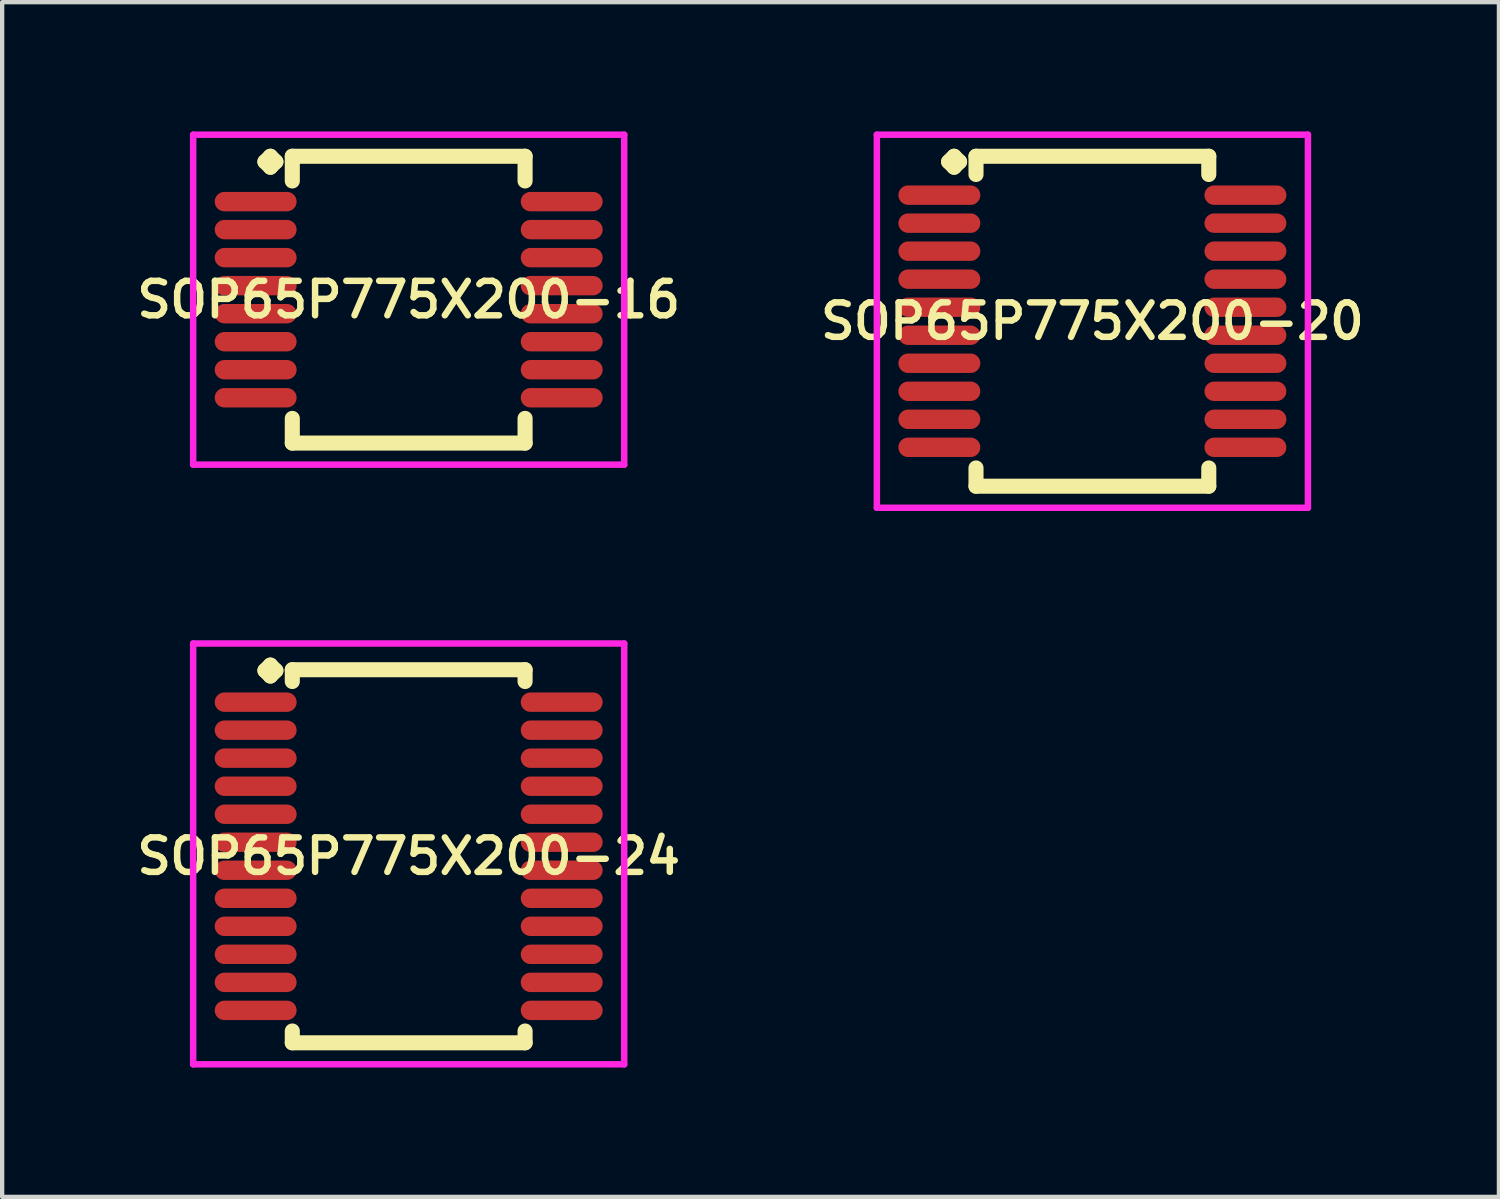
<source format=kicad_pcb>
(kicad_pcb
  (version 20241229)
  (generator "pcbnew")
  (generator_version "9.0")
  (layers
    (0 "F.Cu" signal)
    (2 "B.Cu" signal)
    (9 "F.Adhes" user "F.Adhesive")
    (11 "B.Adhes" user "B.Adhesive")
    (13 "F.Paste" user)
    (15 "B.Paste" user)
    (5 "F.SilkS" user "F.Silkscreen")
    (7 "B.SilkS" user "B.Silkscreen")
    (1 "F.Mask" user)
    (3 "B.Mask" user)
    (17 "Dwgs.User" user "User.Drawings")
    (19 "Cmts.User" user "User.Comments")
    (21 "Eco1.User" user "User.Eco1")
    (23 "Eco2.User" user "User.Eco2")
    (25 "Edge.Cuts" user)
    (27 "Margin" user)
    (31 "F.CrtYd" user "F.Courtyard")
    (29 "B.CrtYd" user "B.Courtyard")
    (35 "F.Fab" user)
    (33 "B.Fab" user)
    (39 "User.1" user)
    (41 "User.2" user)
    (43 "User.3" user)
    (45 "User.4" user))
  (footprint "SOP65P775X200-20"
    (layer "F.Cu")
    (at 22.292 4.402)
    (property "Reference" "SOP65P775X200-20" (at 0 0 0) (layer "F.SilkS") (effects (font (size 0.8 0.8) (thickness 0.15))))
    (attr smd)
    (fp_line (start -3.335 -3.7) (end -3.208 -3.827) (stroke (width 0.35) (type solid)) (layer "F.SilkS"))
    (fp_line (start -3.208 -3.827) (end -3.081 -3.7) (stroke (width 0.35) (type solid)) (layer "F.SilkS"))
    (fp_line (start -3.208 -3.573) (end -3.335 -3.7) (stroke (width 0.35) (type solid)) (layer "F.SilkS"))
    (fp_line (start -3.081 -3.7) (end -3.208 -3.573) (stroke (width 0.35) (type solid)) (layer "F.SilkS"))
    (fp_line (start -2.7 -3.827) (end 2.7 -3.827) (stroke (width 0.35) (type solid)) (layer "F.SilkS"))
    (fp_line (start -2.7 -3.404) (end -2.7 -3.827) (stroke (width 0.35) (type solid)) (layer "F.SilkS"))
    (fp_line (start -2.7 3.404) (end -2.7 3.827) (stroke (width 0.35) (type solid)) (layer "F.SilkS"))
    (fp_line (start -2.7 3.827) (end 2.7 3.827) (stroke (width 0.35) (type solid)) (layer "F.SilkS"))
    (fp_line (start 2.7 -3.827) (end 2.7 -3.404) (stroke (width 0.35) (type solid)) (layer "F.SilkS"))
    (fp_line (start 2.7 3.827) (end 2.7 3.404) (stroke (width 0.35) (type solid)) (layer "F.SilkS"))
    (fp_line (start -5 -4.327) (end 5 -4.327) (stroke (width 0.15) (type solid)) (layer "F.CrtYd"))
    (fp_line (start -5 4.327) (end -5 -4.327) (stroke (width 0.15) (type solid)) (layer "F.CrtYd"))
    (fp_line (start 5 -4.327) (end 5 4.327) (stroke (width 0.15) (type solid)) (layer "F.CrtYd"))
    (fp_line (start 5 4.327) (end -5 4.327) (stroke (width 0.15) (type solid)) (layer "F.CrtYd"))
    (pad "1" smd oval (at -3.55 -2.925) (size 1.9 0.45) (layers "F.Cu" "F.Mask" "F.Paste"))
    (pad "2" smd oval (at -3.55 -2.275) (size 1.9 0.45) (layers "F.Cu" "F.Mask" "F.Paste"))
    (pad "3" smd oval (at -3.55 -1.625) (size 1.9 0.45) (layers "F.Cu" "F.Mask" "F.Paste"))
    (pad "4" smd oval (at -3.55 -0.975) (size 1.9 0.45) (layers "F.Cu" "F.Mask" "F.Paste"))
    (pad "5" smd oval (at -3.55 -0.325) (size 1.9 0.45) (layers "F.Cu" "F.Mask" "F.Paste"))
    (pad "6" smd oval (at -3.55 0.325) (size 1.9 0.45) (layers "F.Cu" "F.Mask" "F.Paste"))
    (pad "7" smd oval (at -3.55 0.975) (size 1.9 0.45) (layers "F.Cu" "F.Mask" "F.Paste"))
    (pad "8" smd oval (at -3.55 1.625) (size 1.9 0.45) (layers "F.Cu" "F.Mask" "F.Paste"))
    (pad "9" smd oval (at -3.55 2.275) (size 1.9 0.45) (layers "F.Cu" "F.Mask" "F.Paste"))
    (pad "10" smd oval (at -3.55 2.925) (size 1.9 0.45) (layers "F.Cu" "F.Mask" "F.Paste"))
    (pad "11" smd oval (at 3.55 2.925) (size 1.9 0.45) (layers "F.Cu" "F.Mask" "F.Paste"))
    (pad "12" smd oval (at 3.55 2.275) (size 1.9 0.45) (layers "F.Cu" "F.Mask" "F.Paste"))
    (pad "13" smd oval (at 3.55 1.625) (size 1.9 0.45) (layers "F.Cu" "F.Mask" "F.Paste"))
    (pad "14" smd oval (at 3.55 0.975) (size 1.9 0.45) (layers "F.Cu" "F.Mask" "F.Paste"))
    (pad "15" smd oval (at 3.55 0.325) (size 1.9 0.45) (layers "F.Cu" "F.Mask" "F.Paste"))
    (pad "16" smd oval (at 3.55 -0.325) (size 1.9 0.45) (layers "F.Cu" "F.Mask" "F.Paste"))
    (pad "17" smd oval (at 3.55 -0.975) (size 1.9 0.45) (layers "F.Cu" "F.Mask" "F.Paste"))
    (pad "18" smd oval (at 3.55 -1.625) (size 1.9 0.45) (layers "F.Cu" "F.Mask" "F.Paste"))
    (pad "19" smd oval (at 3.55 -2.275) (size 1.9 0.45) (layers "F.Cu" "F.Mask" "F.Paste"))
    (pad "20" smd oval (at 3.55 -2.925) (size 1.9 0.45) (layers "F.Cu" "F.Mask" "F.Paste")))
  (footprint "SOP65P775X200-16"
    (layer "F.Cu")
    (at 6.431 3.902)
    (property "Reference" "SOP65P775X200-16" (at 0 0 0) (layer "F.SilkS") (effects (font (size 0.8 0.8) (thickness 0.15))))
    (attr smd)
    (fp_line (start -3.335 -3.2) (end -3.208 -3.327) (stroke (width 0.35) (type solid)) (layer "F.SilkS"))
    (fp_line (start -3.208 -3.327) (end -3.081 -3.2) (stroke (width 0.35) (type solid)) (layer "F.SilkS"))
    (fp_line (start -3.208 -3.073) (end -3.335 -3.2) (stroke (width 0.35) (type solid)) (layer "F.SilkS"))
    (fp_line (start -3.081 -3.2) (end -3.208 -3.073) (stroke (width 0.35) (type solid)) (layer "F.SilkS"))
    (fp_line (start -2.7 -3.327) (end 2.7 -3.327) (stroke (width 0.35) (type solid)) (layer "F.SilkS"))
    (fp_line (start -2.7 -2.754) (end -2.7 -3.327) (stroke (width 0.35) (type solid)) (layer "F.SilkS"))
    (fp_line (start -2.7 2.754) (end -2.7 3.327) (stroke (width 0.35) (type solid)) (layer "F.SilkS"))
    (fp_line (start -2.7 3.327) (end 2.7 3.327) (stroke (width 0.35) (type solid)) (layer "F.SilkS"))
    (fp_line (start 2.7 -3.327) (end 2.7 -2.754) (stroke (width 0.35) (type solid)) (layer "F.SilkS"))
    (fp_line (start 2.7 3.327) (end 2.7 2.754) (stroke (width 0.35) (type solid)) (layer "F.SilkS"))
    (fp_line (start -5 -3.827) (end 5 -3.827) (stroke (width 0.15) (type solid)) (layer "F.CrtYd"))
    (fp_line (start -5 3.827) (end -5 -3.827) (stroke (width 0.15) (type solid)) (layer "F.CrtYd"))
    (fp_line (start 5 -3.827) (end 5 3.827) (stroke (width 0.15) (type solid)) (layer "F.CrtYd"))
    (fp_line (start 5 3.827) (end -5 3.827) (stroke (width 0.15) (type solid)) (layer "F.CrtYd"))
    (pad "1" smd oval (at -3.55 -2.275) (size 1.9 0.45) (layers "F.Cu" "F.Mask" "F.Paste"))
    (pad "2" smd oval (at -3.55 -1.625) (size 1.9 0.45) (layers "F.Cu" "F.Mask" "F.Paste"))
    (pad "3" smd oval (at -3.55 -0.975) (size 1.9 0.45) (layers "F.Cu" "F.Mask" "F.Paste"))
    (pad "4" smd oval (at -3.55 -0.325) (size 1.9 0.45) (layers "F.Cu" "F.Mask" "F.Paste"))
    (pad "5" smd oval (at -3.55 0.325) (size 1.9 0.45) (layers "F.Cu" "F.Mask" "F.Paste"))
    (pad "6" smd oval (at -3.55 0.975) (size 1.9 0.45) (layers "F.Cu" "F.Mask" "F.Paste"))
    (pad "7" smd oval (at -3.55 1.625) (size 1.9 0.45) (layers "F.Cu" "F.Mask" "F.Paste"))
    (pad "8" smd oval (at -3.55 2.275) (size 1.9 0.45) (layers "F.Cu" "F.Mask" "F.Paste"))
    (pad "9" smd oval (at 3.55 2.275) (size 1.9 0.45) (layers "F.Cu" "F.Mask" "F.Paste"))
    (pad "10" smd oval (at 3.55 1.625) (size 1.9 0.45) (layers "F.Cu" "F.Mask" "F.Paste"))
    (pad "11" smd oval (at 3.55 0.975) (size 1.9 0.45) (layers "F.Cu" "F.Mask" "F.Paste"))
    (pad "12" smd oval (at 3.55 0.325) (size 1.9 0.45) (layers "F.Cu" "F.Mask" "F.Paste"))
    (pad "13" smd oval (at 3.55 -0.325) (size 1.9 0.45) (layers "F.Cu" "F.Mask" "F.Paste"))
    (pad "14" smd oval (at 3.55 -0.975) (size 1.9 0.45) (layers "F.Cu" "F.Mask" "F.Paste"))
    (pad "15" smd oval (at 3.55 -1.625) (size 1.9 0.45) (layers "F.Cu" "F.Mask" "F.Paste"))
    (pad "16" smd oval (at 3.55 -2.275) (size 1.9 0.45) (layers "F.Cu" "F.Mask" "F.Paste")))
  (footprint "SOP65P775X200-24"
    (layer "F.Cu")
    (at 6.431 16.814)
    (property "Reference" "SOP65P775X200-24" (at 0 0 0) (layer "F.SilkS") (effects (font (size 0.8 0.8) (thickness 0.15))))
    (attr smd)
    (fp_line (start -3.335 -4.308) (end -3.208 -4.435) (stroke (width 0.35) (type solid)) (layer "F.SilkS"))
    (fp_line (start -3.208 -4.435) (end -3.081 -4.308) (stroke (width 0.35) (type solid)) (layer "F.SilkS"))
    (fp_line (start -3.208 -4.181) (end -3.335 -4.308) (stroke (width 0.35) (type solid)) (layer "F.SilkS"))
    (fp_line (start -3.081 -4.308) (end -3.208 -4.181) (stroke (width 0.35) (type solid)) (layer "F.SilkS"))
    (fp_line (start -2.7 -4.327) (end 2.7 -4.327) (stroke (width 0.35) (type solid)) (layer "F.SilkS"))
    (fp_line (start -2.7 -4.054) (end -2.7 -4.327) (stroke (width 0.35) (type solid)) (layer "F.SilkS"))
    (fp_line (start -2.7 4.054) (end -2.7 4.327) (stroke (width 0.35) (type solid)) (layer "F.SilkS"))
    (fp_line (start -2.7 4.327) (end 2.7 4.327) (stroke (width 0.35) (type solid)) (layer "F.SilkS"))
    (fp_line (start 2.7 -4.327) (end 2.7 -4.054) (stroke (width 0.35) (type solid)) (layer "F.SilkS"))
    (fp_line (start 2.7 4.327) (end 2.7 4.054) (stroke (width 0.35) (type solid)) (layer "F.SilkS"))
    (fp_line (start -5 -4.935) (end 5 -4.935) (stroke (width 0.15) (type solid)) (layer "F.CrtYd"))
    (fp_line (start -5 4.827) (end -5 -4.935) (stroke (width 0.15) (type solid)) (layer "F.CrtYd"))
    (fp_line (start 5 -4.935) (end 5 4.827) (stroke (width 0.15) (type solid)) (layer "F.CrtYd"))
    (fp_line (start 5 4.827) (end -5 4.827) (stroke (width 0.15) (type solid)) (layer "F.CrtYd"))
    (pad "1" smd oval (at -3.55 -3.575) (size 1.9 0.45) (layers "F.Cu" "F.Mask" "F.Paste"))
    (pad "2" smd oval (at -3.55 -2.925) (size 1.9 0.45) (layers "F.Cu" "F.Mask" "F.Paste"))
    (pad "3" smd oval (at -3.55 -2.275) (size 1.9 0.45) (layers "F.Cu" "F.Mask" "F.Paste"))
    (pad "4" smd oval (at -3.55 -1.625) (size 1.9 0.45) (layers "F.Cu" "F.Mask" "F.Paste"))
    (pad "5" smd oval (at -3.55 -0.975) (size 1.9 0.45) (layers "F.Cu" "F.Mask" "F.Paste"))
    (pad "6" smd oval (at -3.55 -0.325) (size 1.9 0.45) (layers "F.Cu" "F.Mask" "F.Paste"))
    (pad "7" smd oval (at -3.55 0.325) (size 1.9 0.45) (layers "F.Cu" "F.Mask" "F.Paste"))
    (pad "8" smd oval (at -3.55 0.975) (size 1.9 0.45) (layers "F.Cu" "F.Mask" "F.Paste"))
    (pad "9" smd oval (at -3.55 1.625) (size 1.9 0.45) (layers "F.Cu" "F.Mask" "F.Paste"))
    (pad "10" smd oval (at -3.55 2.275) (size 1.9 0.45) (layers "F.Cu" "F.Mask" "F.Paste"))
    (pad "11" smd oval (at -3.55 2.925) (size 1.9 0.45) (layers "F.Cu" "F.Mask" "F.Paste"))
    (pad "12" smd oval (at -3.55 3.575) (size 1.9 0.45) (layers "F.Cu" "F.Mask" "F.Paste"))
    (pad "13" smd oval (at 3.55 3.575) (size 1.9 0.45) (layers "F.Cu" "F.Mask" "F.Paste"))
    (pad "14" smd oval (at 3.55 2.925) (size 1.9 0.45) (layers "F.Cu" "F.Mask" "F.Paste"))
    (pad "15" smd oval (at 3.55 2.275) (size 1.9 0.45) (layers "F.Cu" "F.Mask" "F.Paste"))
    (pad "16" smd oval (at 3.55 1.625) (size 1.9 0.45) (layers "F.Cu" "F.Mask" "F.Paste"))
    (pad "17" smd oval (at 3.55 0.975) (size 1.9 0.45) (layers "F.Cu" "F.Mask" "F.Paste"))
    (pad "18" smd oval (at 3.55 0.325) (size 1.9 0.45) (layers "F.Cu" "F.Mask" "F.Paste"))
    (pad "19" smd oval (at 3.55 -0.325) (size 1.9 0.45) (layers "F.Cu" "F.Mask" "F.Paste"))
    (pad "20" smd oval (at 3.55 -0.975) (size 1.9 0.45) (layers "F.Cu" "F.Mask" "F.Paste"))
    (pad "21" smd oval (at 3.55 -1.625) (size 1.9 0.45) (layers "F.Cu" "F.Mask" "F.Paste"))
    (pad "22" smd oval (at 3.55 -2.275) (size 1.9 0.45) (layers "F.Cu" "F.Mask" "F.Paste"))
    (pad "23" smd oval (at 3.55 -2.925) (size 1.9 0.45) (layers "F.Cu" "F.Mask" "F.Paste"))
    (pad "24" smd oval (at 3.55 -3.575) (size 1.9 0.45) (layers "F.Cu" "F.Mask" "F.Paste")))
  (gr_rect
    (start -3 -3)
    (end 31.723 24.716)
    (stroke (width 0.1) (type default))
    (fill no)
    (layer "Edge.Cuts")))
</source>
